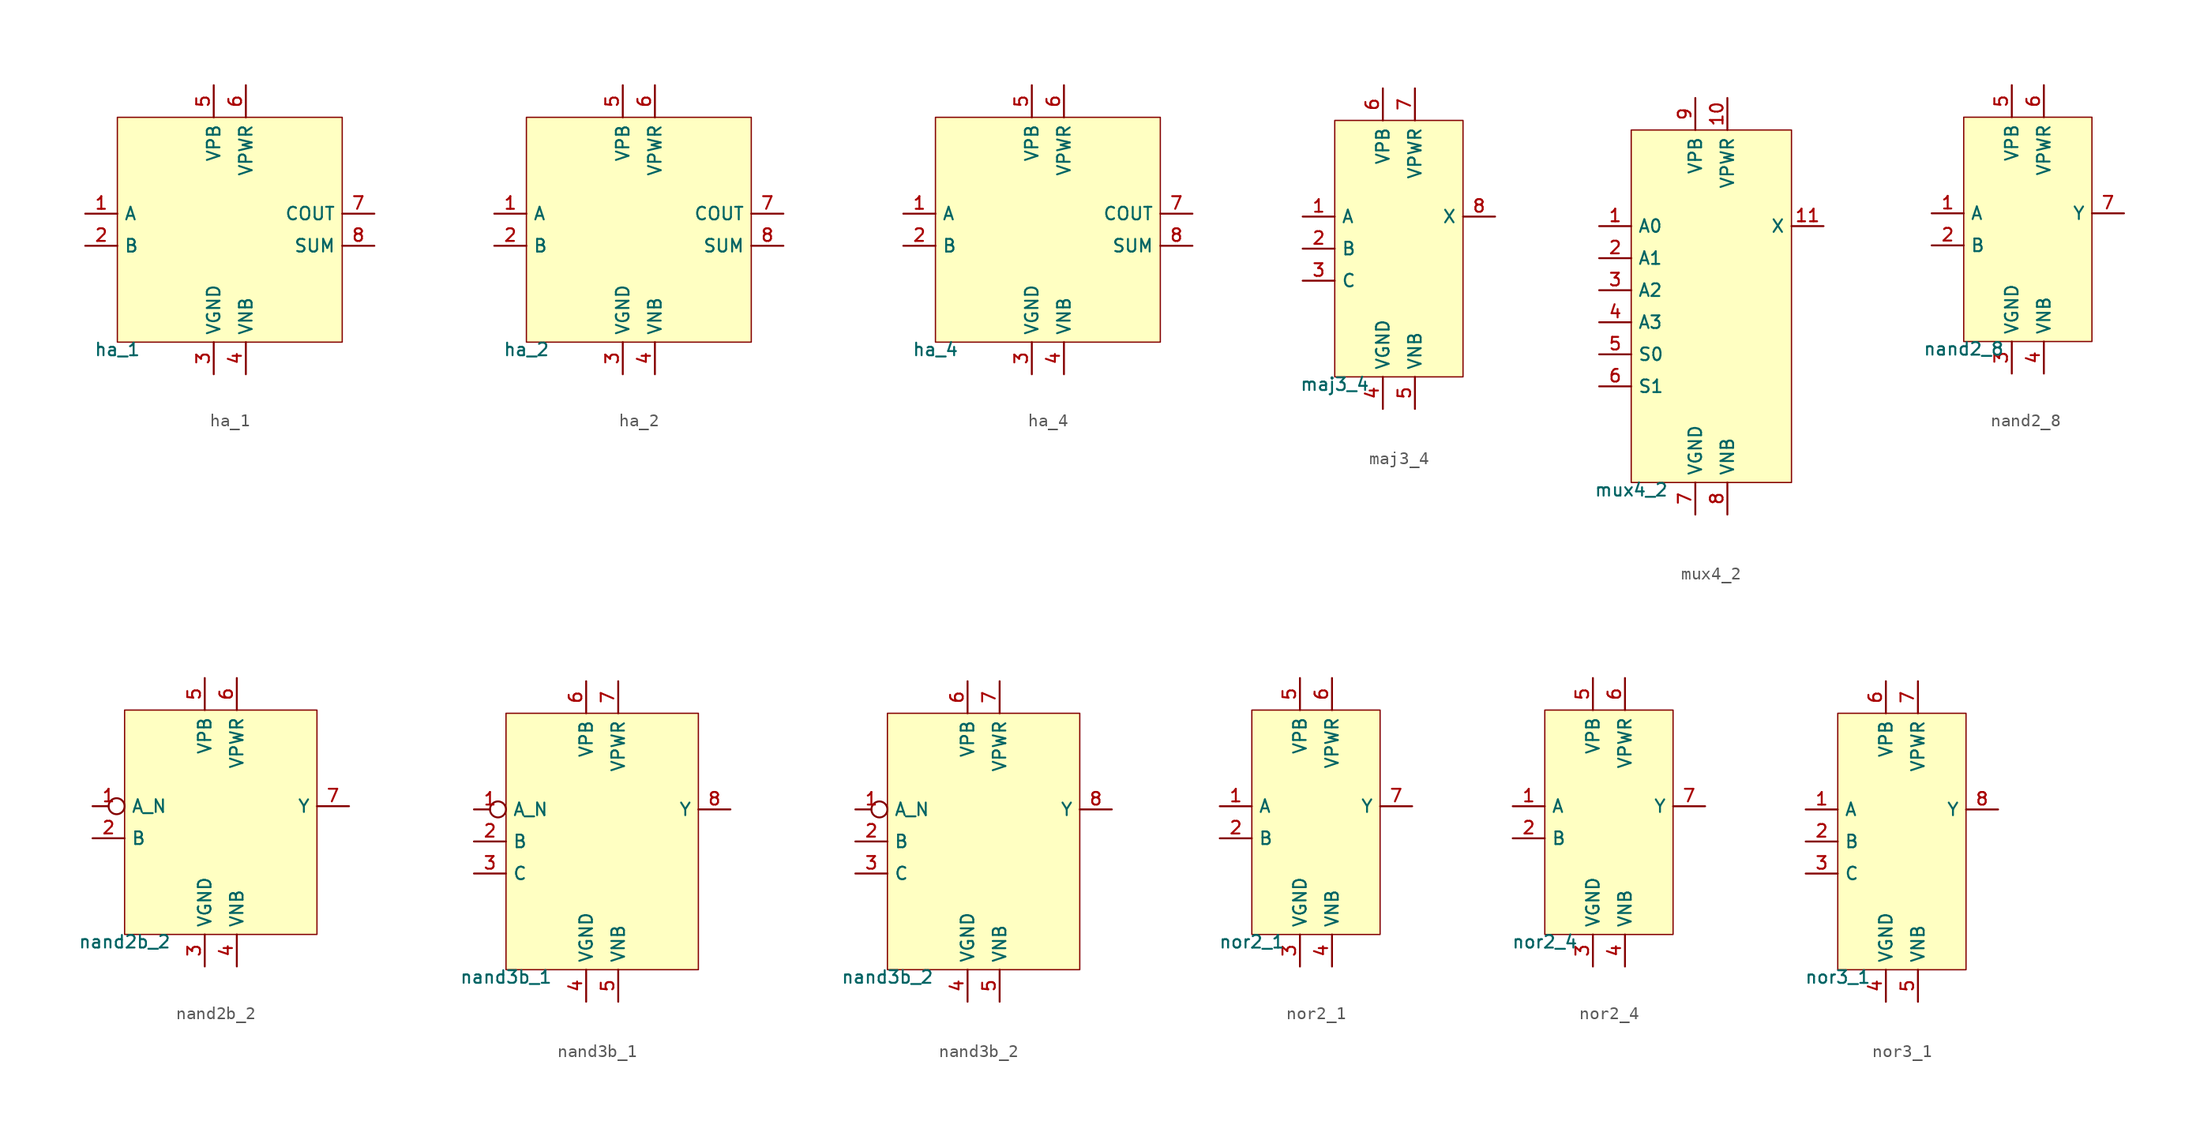
<source format=kicad_sym>
(kicad_symbol_lib
  (version 20211014)
  (generator pdk2kicad)
  (symbol "ha_1"
    (property "Reference" "X"
      (at 0 0 0)
      (effects (font (size 1 1)) hide))
    (property "Value" "ha_1"
      (at -8.89 -8.89 0)
      (effects (font (size 1 1)) (justify top)))
    (rectangle
      (start -8.89 -8.89)
      (end 8.89 8.89)
      (stroke (width 0.1) (type solid) (color 0 0 0 0))
      (fill (type background)))
    (pin input line
      (at -11.43 1.27 0)
      (length 2.54)
      (name "A" (effects (font (size 1 1)) hide))
      (number "1" (effects (font (size 1 1)) hide)))
    (pin input line
      (at -11.43 -1.27 0)
      (length 2.54)
      (name "B" (effects (font (size 1 1)) hide))
      (number "2" (effects (font (size 1 1)) hide)))
    (pin power_in line
      (at -1.27 -11.43 90)
      (length 2.54)
      (name "VGND" (effects (font (size 1 1)) hide))
      (number "3" (effects (font (size 1 1)) hide)))
    (pin power_in line
      (at 1.27 -11.43 90)
      (length 2.54)
      (name "VNB" (effects (font (size 1 1)) hide))
      (number "4" (effects (font (size 1 1)) hide)))
    (pin power_in line
      (at -1.27 11.43 270)
      (length 2.54)
      (name "VPB" (effects (font (size 1 1)) hide))
      (number "5" (effects (font (size 1 1)) hide)))
    (pin power_in line
      (at 1.27 11.43 270)
      (length 2.54)
      (name "VPWR" (effects (font (size 1 1)) hide))
      (number "6" (effects (font (size 1 1)) hide)))
    (pin output line
      (at 11.43 1.27 180)
      (length 2.54)
      (name "COUT" (effects (font (size 1 1)) hide))
      (number "7" (effects (font (size 1 1)) hide)))
    (pin output line
      (at 11.43 -1.27 180)
      (length 2.54)
      (name "SUM" (effects (font (size 1 1)) hide))
      (number "8" (effects (font (size 1 1)) hide))))
  (symbol "ha_2"
    (property "Reference" "X"
      (at 0 0 0)
      (effects (font (size 1 1)) hide))
    (property "Value" "ha_2"
      (at -8.89 -8.89 0)
      (effects (font (size 1 1)) (justify top)))
    (rectangle
      (start -8.89 -8.89)
      (end 8.89 8.89)
      (stroke (width 0.1) (type solid) (color 0 0 0 0))
      (fill (type background)))
    (pin input line
      (at -11.43 1.27 0)
      (length 2.54)
      (name "A" (effects (font (size 1 1)) hide))
      (number "1" (effects (font (size 1 1)) hide)))
    (pin input line
      (at -11.43 -1.27 0)
      (length 2.54)
      (name "B" (effects (font (size 1 1)) hide))
      (number "2" (effects (font (size 1 1)) hide)))
    (pin power_in line
      (at -1.27 -11.43 90)
      (length 2.54)
      (name "VGND" (effects (font (size 1 1)) hide))
      (number "3" (effects (font (size 1 1)) hide)))
    (pin power_in line
      (at 1.27 -11.43 90)
      (length 2.54)
      (name "VNB" (effects (font (size 1 1)) hide))
      (number "4" (effects (font (size 1 1)) hide)))
    (pin power_in line
      (at -1.27 11.43 270)
      (length 2.54)
      (name "VPB" (effects (font (size 1 1)) hide))
      (number "5" (effects (font (size 1 1)) hide)))
    (pin power_in line
      (at 1.27 11.43 270)
      (length 2.54)
      (name "VPWR" (effects (font (size 1 1)) hide))
      (number "6" (effects (font (size 1 1)) hide)))
    (pin output line
      (at 11.43 1.27 180)
      (length 2.54)
      (name "COUT" (effects (font (size 1 1)) hide))
      (number "7" (effects (font (size 1 1)) hide)))
    (pin output line
      (at 11.43 -1.27 180)
      (length 2.54)
      (name "SUM" (effects (font (size 1 1)) hide))
      (number "8" (effects (font (size 1 1)) hide))))
  (symbol "ha_4"
    (property "Reference" "X"
      (at 0 0 0)
      (effects (font (size 1 1)) hide))
    (property "Value" "ha_4"
      (at -8.89 -8.89 0)
      (effects (font (size 1 1)) (justify top)))
    (rectangle
      (start -8.89 -8.89)
      (end 8.89 8.89)
      (stroke (width 0.1) (type solid) (color 0 0 0 0))
      (fill (type background)))
    (pin input line
      (at -11.43 1.27 0)
      (length 2.54)
      (name "A" (effects (font (size 1 1)) hide))
      (number "1" (effects (font (size 1 1)) hide)))
    (pin input line
      (at -11.43 -1.27 0)
      (length 2.54)
      (name "B" (effects (font (size 1 1)) hide))
      (number "2" (effects (font (size 1 1)) hide)))
    (pin power_in line
      (at -1.27 -11.43 90)
      (length 2.54)
      (name "VGND" (effects (font (size 1 1)) hide))
      (number "3" (effects (font (size 1 1)) hide)))
    (pin power_in line
      (at 1.27 -11.43 90)
      (length 2.54)
      (name "VNB" (effects (font (size 1 1)) hide))
      (number "4" (effects (font (size 1 1)) hide)))
    (pin power_in line
      (at -1.27 11.43 270)
      (length 2.54)
      (name "VPB" (effects (font (size 1 1)) hide))
      (number "5" (effects (font (size 1 1)) hide)))
    (pin power_in line
      (at 1.27 11.43 270)
      (length 2.54)
      (name "VPWR" (effects (font (size 1 1)) hide))
      (number "6" (effects (font (size 1 1)) hide)))
    (pin output line
      (at 11.43 1.27 180)
      (length 2.54)
      (name "COUT" (effects (font (size 1 1)) hide))
      (number "7" (effects (font (size 1 1)) hide)))
    (pin output line
      (at 11.43 -1.27 180)
      (length 2.54)
      (name "SUM" (effects (font (size 1 1)) hide))
      (number "8" (effects (font (size 1 1)) hide))))
  (symbol "maj3_4"
    (property "Reference" "X"
      (at 0 0 0)
      (effects (font (size 1 1)) hide))
    (property "Value" "maj3_4"
      (at -5.08 -10.16 0)
      (effects (font (size 1 1)) (justify top)))
    (rectangle
      (start -5.08 -10.16)
      (end 5.08 10.16)
      (stroke (width 0.1) (type solid) (color 0 0 0 0))
      (fill (type background)))
    (pin input line
      (at -7.62 2.54 0)
      (length 2.54)
      (name "A" (effects (font (size 1 1)) hide))
      (number "1" (effects (font (size 1 1)) hide)))
    (pin input line
      (at -7.62 0.0 0)
      (length 2.54)
      (name "B" (effects (font (size 1 1)) hide))
      (number "2" (effects (font (size 1 1)) hide)))
    (pin input line
      (at -7.62 -2.54 0)
      (length 2.54)
      (name "C" (effects (font (size 1 1)) hide))
      (number "3" (effects (font (size 1 1)) hide)))
    (pin power_in line
      (at -1.27 -12.7 90)
      (length 2.54)
      (name "VGND" (effects (font (size 1 1)) hide))
      (number "4" (effects (font (size 1 1)) hide)))
    (pin power_in line
      (at 1.27 -12.7 90)
      (length 2.54)
      (name "VNB" (effects (font (size 1 1)) hide))
      (number "5" (effects (font (size 1 1)) hide)))
    (pin power_in line
      (at -1.27 12.7 270)
      (length 2.54)
      (name "VPB" (effects (font (size 1 1)) hide))
      (number "6" (effects (font (size 1 1)) hide)))
    (pin power_in line
      (at 1.27 12.7 270)
      (length 2.54)
      (name "VPWR" (effects (font (size 1 1)) hide))
      (number "7" (effects (font (size 1 1)) hide)))
    (pin output line
      (at 7.62 2.54 180)
      (length 2.54)
      (name "X" (effects (font (size 1 1)) hide))
      (number "8" (effects (font (size 1 1)) hide))))
  (symbol "mux4_2"
    (property "Reference" "X"
      (at 0 0 0)
      (effects (font (size 1 1)) hide))
    (property "Value" "mux4_2"
      (at -6.35 -13.97 0)
      (effects (font (size 1 1)) (justify top)))
    (rectangle
      (start -6.35 -13.97)
      (end 6.35 13.97)
      (stroke (width 0.1) (type solid) (color 0 0 0 0))
      (fill (type background)))
    (pin input line
      (at -8.89 6.35 0)
      (length 2.54)
      (name "A0" (effects (font (size 1 1)) hide))
      (number "1" (effects (font (size 1 1)) hide)))
    (pin input line
      (at -8.89 3.81 0)
      (length 2.54)
      (name "A1" (effects (font (size 1 1)) hide))
      (number "2" (effects (font (size 1 1)) hide)))
    (pin input line
      (at -8.89 1.27 0)
      (length 2.54)
      (name "A2" (effects (font (size 1 1)) hide))
      (number "3" (effects (font (size 1 1)) hide)))
    (pin input line
      (at -8.89 -1.27 0)
      (length 2.54)
      (name "A3" (effects (font (size 1 1)) hide))
      (number "4" (effects (font (size 1 1)) hide)))
    (pin input line
      (at -8.89 -3.81 0)
      (length 2.54)
      (name "S0" (effects (font (size 1 1)) hide))
      (number "5" (effects (font (size 1 1)) hide)))
    (pin input line
      (at -8.89 -6.35 0)
      (length 2.54)
      (name "S1" (effects (font (size 1 1)) hide))
      (number "6" (effects (font (size 1 1)) hide)))
    (pin power_in line
      (at -1.27 -16.51 90)
      (length 2.54)
      (name "VGND" (effects (font (size 1 1)) hide))
      (number "7" (effects (font (size 1 1)) hide)))
    (pin power_in line
      (at 1.27 -16.51 90)
      (length 2.54)
      (name "VNB" (effects (font (size 1 1)) hide))
      (number "8" (effects (font (size 1 1)) hide)))
    (pin power_in line
      (at -1.27 16.51 270)
      (length 2.54)
      (name "VPB" (effects (font (size 1 1)) hide))
      (number "9" (effects (font (size 1 1)) hide)))
    (pin power_in line
      (at 1.27 16.51 270)
      (length 2.54)
      (name "VPWR" (effects (font (size 1 1)) hide))
      (number "10" (effects (font (size 1 1)) hide)))
    (pin output line
      (at 8.89 6.35 180)
      (length 2.54)
      (name "X" (effects (font (size 1 1)) hide))
      (number "11" (effects (font (size 1 1)) hide))))
  (symbol "nand2_8"
    (property "Reference" "X"
      (at 0 0 0)
      (effects (font (size 1 1)) hide))
    (property "Value" "nand2_8"
      (at -5.08 -8.89 0)
      (effects (font (size 1 1)) (justify top)))
    (rectangle
      (start -5.08 -8.89)
      (end 5.08 8.89)
      (stroke (width 0.1) (type solid) (color 0 0 0 0))
      (fill (type background)))
    (pin input line
      (at -7.62 1.27 0)
      (length 2.54)
      (name "A" (effects (font (size 1 1)) hide))
      (number "1" (effects (font (size 1 1)) hide)))
    (pin input line
      (at -7.62 -1.27 0)
      (length 2.54)
      (name "B" (effects (font (size 1 1)) hide))
      (number "2" (effects (font (size 1 1)) hide)))
    (pin power_in line
      (at -1.27 -11.43 90)
      (length 2.54)
      (name "VGND" (effects (font (size 1 1)) hide))
      (number "3" (effects (font (size 1 1)) hide)))
    (pin power_in line
      (at 1.27 -11.43 90)
      (length 2.54)
      (name "VNB" (effects (font (size 1 1)) hide))
      (number "4" (effects (font (size 1 1)) hide)))
    (pin power_in line
      (at -1.27 11.43 270)
      (length 2.54)
      (name "VPB" (effects (font (size 1 1)) hide))
      (number "5" (effects (font (size 1 1)) hide)))
    (pin power_in line
      (at 1.27 11.43 270)
      (length 2.54)
      (name "VPWR" (effects (font (size 1 1)) hide))
      (number "6" (effects (font (size 1 1)) hide)))
    (pin output line
      (at 7.62 1.27 180)
      (length 2.54)
      (name "Y" (effects (font (size 1 1)) hide))
      (number "7" (effects (font (size 1 1)) hide))))
  (symbol "nand2b_2"
    (property "Reference" "X"
      (at 0 0 0)
      (effects (font (size 1 1)) hide))
    (property "Value" "nand2b_2"
      (at -7.62 -8.89 0)
      (effects (font (size 1 1)) (justify top)))
    (rectangle
      (start -7.62 -8.89)
      (end 7.62 8.89)
      (stroke (width 0.1) (type solid) (color 0 0 0 0))
      (fill (type background)))
    (pin input inverted
      (at -10.16 1.27 0)
      (length 2.54)
      (name "A_N" (effects (font (size 1 1)) hide))
      (number "1" (effects (font (size 1 1)) hide)))
    (pin input line
      (at -10.16 -1.27 0)
      (length 2.54)
      (name "B" (effects (font (size 1 1)) hide))
      (number "2" (effects (font (size 1 1)) hide)))
    (pin power_in line
      (at -1.27 -11.43 90)
      (length 2.54)
      (name "VGND" (effects (font (size 1 1)) hide))
      (number "3" (effects (font (size 1 1)) hide)))
    (pin power_in line
      (at 1.27 -11.43 90)
      (length 2.54)
      (name "VNB" (effects (font (size 1 1)) hide))
      (number "4" (effects (font (size 1 1)) hide)))
    (pin power_in line
      (at -1.27 11.43 270)
      (length 2.54)
      (name "VPB" (effects (font (size 1 1)) hide))
      (number "5" (effects (font (size 1 1)) hide)))
    (pin power_in line
      (at 1.27 11.43 270)
      (length 2.54)
      (name "VPWR" (effects (font (size 1 1)) hide))
      (number "6" (effects (font (size 1 1)) hide)))
    (pin output line
      (at 10.16 1.27 180)
      (length 2.54)
      (name "Y" (effects (font (size 1 1)) hide))
      (number "7" (effects (font (size 1 1)) hide))))
  (symbol "nand3b_1"
    (property "Reference" "X"
      (at 0 0 0)
      (effects (font (size 1 1)) hide))
    (property "Value" "nand3b_1"
      (at -7.62 -10.16 0)
      (effects (font (size 1 1)) (justify top)))
    (rectangle
      (start -7.62 -10.16)
      (end 7.62 10.16)
      (stroke (width 0.1) (type solid) (color 0 0 0 0))
      (fill (type background)))
    (pin input inverted
      (at -10.16 2.54 0)
      (length 2.54)
      (name "A_N" (effects (font (size 1 1)) hide))
      (number "1" (effects (font (size 1 1)) hide)))
    (pin input line
      (at -10.16 0.0 0)
      (length 2.54)
      (name "B" (effects (font (size 1 1)) hide))
      (number "2" (effects (font (size 1 1)) hide)))
    (pin input line
      (at -10.16 -2.54 0)
      (length 2.54)
      (name "C" (effects (font (size 1 1)) hide))
      (number "3" (effects (font (size 1 1)) hide)))
    (pin power_in line
      (at -1.27 -12.7 90)
      (length 2.54)
      (name "VGND" (effects (font (size 1 1)) hide))
      (number "4" (effects (font (size 1 1)) hide)))
    (pin power_in line
      (at 1.27 -12.7 90)
      (length 2.54)
      (name "VNB" (effects (font (size 1 1)) hide))
      (number "5" (effects (font (size 1 1)) hide)))
    (pin power_in line
      (at -1.27 12.7 270)
      (length 2.54)
      (name "VPB" (effects (font (size 1 1)) hide))
      (number "6" (effects (font (size 1 1)) hide)))
    (pin power_in line
      (at 1.27 12.7 270)
      (length 2.54)
      (name "VPWR" (effects (font (size 1 1)) hide))
      (number "7" (effects (font (size 1 1)) hide)))
    (pin output line
      (at 10.16 2.54 180)
      (length 2.54)
      (name "Y" (effects (font (size 1 1)) hide))
      (number "8" (effects (font (size 1 1)) hide))))
  (symbol "nand3b_2"
    (property "Reference" "X"
      (at 0 0 0)
      (effects (font (size 1 1)) hide))
    (property "Value" "nand3b_2"
      (at -7.62 -10.16 0)
      (effects (font (size 1 1)) (justify top)))
    (rectangle
      (start -7.62 -10.16)
      (end 7.62 10.16)
      (stroke (width 0.1) (type solid) (color 0 0 0 0))
      (fill (type background)))
    (pin input inverted
      (at -10.16 2.54 0)
      (length 2.54)
      (name "A_N" (effects (font (size 1 1)) hide))
      (number "1" (effects (font (size 1 1)) hide)))
    (pin input line
      (at -10.16 0.0 0)
      (length 2.54)
      (name "B" (effects (font (size 1 1)) hide))
      (number "2" (effects (font (size 1 1)) hide)))
    (pin input line
      (at -10.16 -2.54 0)
      (length 2.54)
      (name "C" (effects (font (size 1 1)) hide))
      (number "3" (effects (font (size 1 1)) hide)))
    (pin power_in line
      (at -1.27 -12.7 90)
      (length 2.54)
      (name "VGND" (effects (font (size 1 1)) hide))
      (number "4" (effects (font (size 1 1)) hide)))
    (pin power_in line
      (at 1.27 -12.7 90)
      (length 2.54)
      (name "VNB" (effects (font (size 1 1)) hide))
      (number "5" (effects (font (size 1 1)) hide)))
    (pin power_in line
      (at -1.27 12.7 270)
      (length 2.54)
      (name "VPB" (effects (font (size 1 1)) hide))
      (number "6" (effects (font (size 1 1)) hide)))
    (pin power_in line
      (at 1.27 12.7 270)
      (length 2.54)
      (name "VPWR" (effects (font (size 1 1)) hide))
      (number "7" (effects (font (size 1 1)) hide)))
    (pin output line
      (at 10.16 2.54 180)
      (length 2.54)
      (name "Y" (effects (font (size 1 1)) hide))
      (number "8" (effects (font (size 1 1)) hide))))
  (symbol "nor2_1"
    (property "Reference" "X"
      (at 0 0 0)
      (effects (font (size 1 1)) hide))
    (property "Value" "nor2_1"
      (at -5.08 -8.89 0)
      (effects (font (size 1 1)) (justify top)))
    (rectangle
      (start -5.08 -8.89)
      (end 5.08 8.89)
      (stroke (width 0.1) (type solid) (color 0 0 0 0))
      (fill (type background)))
    (pin input line
      (at -7.62 1.27 0)
      (length 2.54)
      (name "A" (effects (font (size 1 1)) hide))
      (number "1" (effects (font (size 1 1)) hide)))
    (pin input line
      (at -7.62 -1.27 0)
      (length 2.54)
      (name "B" (effects (font (size 1 1)) hide))
      (number "2" (effects (font (size 1 1)) hide)))
    (pin power_in line
      (at -1.27 -11.43 90)
      (length 2.54)
      (name "VGND" (effects (font (size 1 1)) hide))
      (number "3" (effects (font (size 1 1)) hide)))
    (pin power_in line
      (at 1.27 -11.43 90)
      (length 2.54)
      (name "VNB" (effects (font (size 1 1)) hide))
      (number "4" (effects (font (size 1 1)) hide)))
    (pin power_in line
      (at -1.27 11.43 270)
      (length 2.54)
      (name "VPB" (effects (font (size 1 1)) hide))
      (number "5" (effects (font (size 1 1)) hide)))
    (pin power_in line
      (at 1.27 11.43 270)
      (length 2.54)
      (name "VPWR" (effects (font (size 1 1)) hide))
      (number "6" (effects (font (size 1 1)) hide)))
    (pin output line
      (at 7.62 1.27 180)
      (length 2.54)
      (name "Y" (effects (font (size 1 1)) hide))
      (number "7" (effects (font (size 1 1)) hide))))
  (symbol "nor2_4"
    (property "Reference" "X"
      (at 0 0 0)
      (effects (font (size 1 1)) hide))
    (property "Value" "nor2_4"
      (at -5.08 -8.89 0)
      (effects (font (size 1 1)) (justify top)))
    (rectangle
      (start -5.08 -8.89)
      (end 5.08 8.89)
      (stroke (width 0.1) (type solid) (color 0 0 0 0))
      (fill (type background)))
    (pin input line
      (at -7.62 1.27 0)
      (length 2.54)
      (name "A" (effects (font (size 1 1)) hide))
      (number "1" (effects (font (size 1 1)) hide)))
    (pin input line
      (at -7.62 -1.27 0)
      (length 2.54)
      (name "B" (effects (font (size 1 1)) hide))
      (number "2" (effects (font (size 1 1)) hide)))
    (pin power_in line
      (at -1.27 -11.43 90)
      (length 2.54)
      (name "VGND" (effects (font (size 1 1)) hide))
      (number "3" (effects (font (size 1 1)) hide)))
    (pin power_in line
      (at 1.27 -11.43 90)
      (length 2.54)
      (name "VNB" (effects (font (size 1 1)) hide))
      (number "4" (effects (font (size 1 1)) hide)))
    (pin power_in line
      (at -1.27 11.43 270)
      (length 2.54)
      (name "VPB" (effects (font (size 1 1)) hide))
      (number "5" (effects (font (size 1 1)) hide)))
    (pin power_in line
      (at 1.27 11.43 270)
      (length 2.54)
      (name "VPWR" (effects (font (size 1 1)) hide))
      (number "6" (effects (font (size 1 1)) hide)))
    (pin output line
      (at 7.62 1.27 180)
      (length 2.54)
      (name "Y" (effects (font (size 1 1)) hide))
      (number "7" (effects (font (size 1 1)) hide))))
  (symbol "nor3_1"
    (property "Reference" "X"
      (at 0 0 0)
      (effects (font (size 1 1)) hide))
    (property "Value" "nor3_1"
      (at -5.08 -10.16 0)
      (effects (font (size 1 1)) (justify top)))
    (rectangle
      (start -5.08 -10.16)
      (end 5.08 10.16)
      (stroke (width 0.1) (type solid) (color 0 0 0 0))
      (fill (type background)))
    (pin input line
      (at -7.62 2.54 0)
      (length 2.54)
      (name "A" (effects (font (size 1 1)) hide))
      (number "1" (effects (font (size 1 1)) hide)))
    (pin input line
      (at -7.62 0.0 0)
      (length 2.54)
      (name "B" (effects (font (size 1 1)) hide))
      (number "2" (effects (font (size 1 1)) hide)))
    (pin input line
      (at -7.62 -2.54 0)
      (length 2.54)
      (name "C" (effects (font (size 1 1)) hide))
      (number "3" (effects (font (size 1 1)) hide)))
    (pin power_in line
      (at -1.27 -12.7 90)
      (length 2.54)
      (name "VGND" (effects (font (size 1 1)) hide))
      (number "4" (effects (font (size 1 1)) hide)))
    (pin power_in line
      (at 1.27 -12.7 90)
      (length 2.54)
      (name "VNB" (effects (font (size 1 1)) hide))
      (number "5" (effects (font (size 1 1)) hide)))
    (pin power_in line
      (at -1.27 12.7 270)
      (length 2.54)
      (name "VPB" (effects (font (size 1 1)) hide))
      (number "6" (effects (font (size 1 1)) hide)))
    (pin power_in line
      (at 1.27 12.7 270)
      (length 2.54)
      (name "VPWR" (effects (font (size 1 1)) hide))
      (number "7" (effects (font (size 1 1)) hide)))
    (pin output line
      (at 7.62 2.54 180)
      (length 2.54)
      (name "Y" (effects (font (size 1 1)) hide))
      (number "8" (effects (font (size 1 1)) hide)))))
</source>
